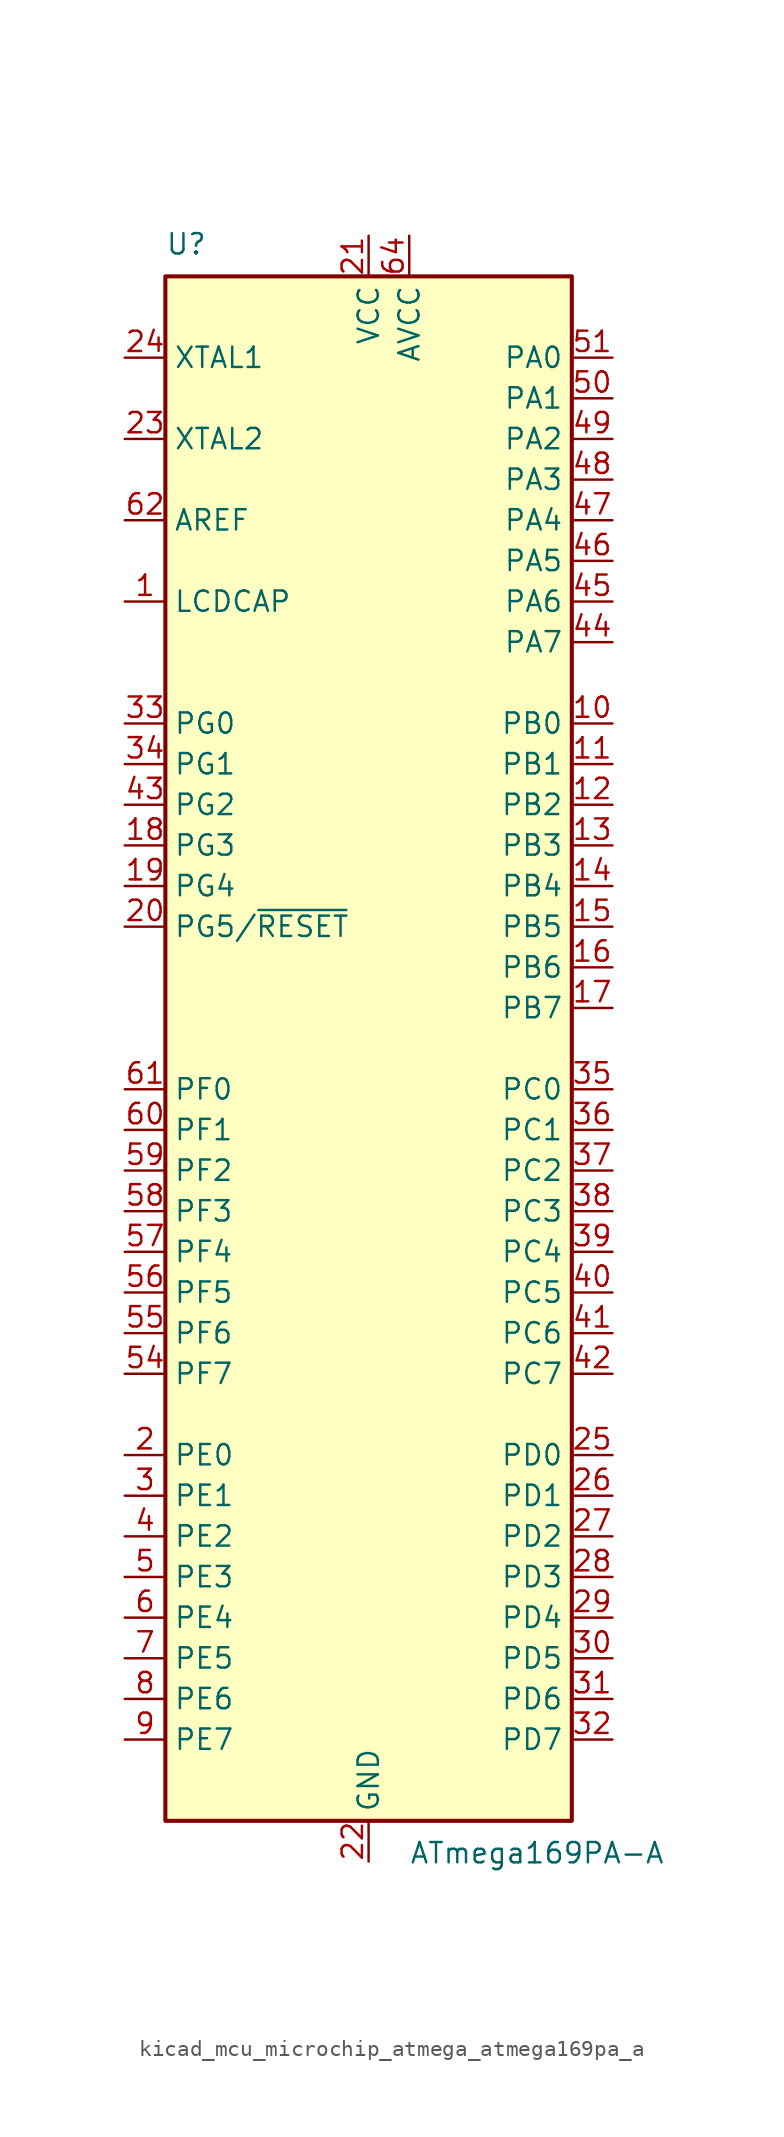
<source format=kicad_sym>
(kicad_symbol_lib
  (version 20220914)
  (generator kicad_symbol_editor)
  (symbol "kicad_mcu_microchip_atmega_atmega169pa_a"
    (property "Reference" "U"
      (at -12.7 49.53 0)
      (effects (font (size 1.27 1.27)) (justify left bottom)))
    (property "Value" "ATmega169PA-A"
      (at 2.54 -49.53 0)
      (effects (font (size 1.27 1.27)) (justify left top)))
    (symbol "kicad_mcu_microchip_atmega_atmega169pa_a_0_1"
      (rectangle (start -12.7 -48.26) (end 12.7 48.26) (stroke (width 0.254) (type default)) (fill (type background))))
    (symbol "kicad_mcu_microchip_atmega_atmega169pa_a_1_1"
      (pin passive line (at -15.24 27.94 0) (length 2.54) (name "LCDCAP" (effects (font (size 1.27 1.27)))) (number "1" (effects (font (size 1.27 1.27)))))
      (pin bidirectional line (at 15.24 20.32 180) (length 2.54) (name "PB0" (effects (font (size 1.27 1.27)))) (number "10" (effects (font (size 1.27 1.27)))))
      (pin bidirectional line (at 15.24 17.78 180) (length 2.54) (name "PB1" (effects (font (size 1.27 1.27)))) (number "11" (effects (font (size 1.27 1.27)))))
      (pin bidirectional line (at 15.24 15.24 180) (length 2.54) (name "PB2" (effects (font (size 1.27 1.27)))) (number "12" (effects (font (size 1.27 1.27)))))
      (pin bidirectional line (at 15.24 12.7 180) (length 2.54) (name "PB3" (effects (font (size 1.27 1.27)))) (number "13" (effects (font (size 1.27 1.27)))))
      (pin bidirectional line (at 15.24 10.16 180) (length 2.54) (name "PB4" (effects (font (size 1.27 1.27)))) (number "14" (effects (font (size 1.27 1.27)))))
      (pin bidirectional line (at 15.24 7.62 180) (length 2.54) (name "PB5" (effects (font (size 1.27 1.27)))) (number "15" (effects (font (size 1.27 1.27)))))
      (pin bidirectional line (at 15.24 5.08 180) (length 2.54) (name "PB6" (effects (font (size 1.27 1.27)))) (number "16" (effects (font (size 1.27 1.27)))))
      (pin bidirectional line (at 15.24 2.54 180) (length 2.54) (name "PB7" (effects (font (size 1.27 1.27)))) (number "17" (effects (font (size 1.27 1.27)))))
      (pin bidirectional line (at -15.24 12.7 0) (length 2.54) (name "PG3" (effects (font (size 1.27 1.27)))) (number "18" (effects (font (size 1.27 1.27)))))
      (pin bidirectional line (at -15.24 10.16 0) (length 2.54) (name "PG4" (effects (font (size 1.27 1.27)))) (number "19" (effects (font (size 1.27 1.27)))))
      (pin bidirectional line (at -15.24 -25.4 0) (length 2.54) (name "PE0" (effects (font (size 1.27 1.27)))) (number "2" (effects (font (size 1.27 1.27)))))
      (pin bidirectional line (at -15.24 7.62 0) (length 2.54) (name "PG5/~{RESET}" (effects (font (size 1.27 1.27)))) (number "20" (effects (font (size 1.27 1.27)))))
      (pin power_in line (at 0 50.8 270) (length 2.54) (name "VCC" (effects (font (size 1.27 1.27)))) (number "21" (effects (font (size 1.27 1.27)))))
      (pin power_in line (at 0 -50.8 90) (length 2.54) (name "GND" (effects (font (size 1.27 1.27)))) (number "22" (effects (font (size 1.27 1.27)))))
      (pin output line (at -15.24 38.1 0) (length 2.54) (name "XTAL2" (effects (font (size 1.27 1.27)))) (number "23" (effects (font (size 1.27 1.27)))))
      (pin input line (at -15.24 43.18 0) (length 2.54) (name "XTAL1" (effects (font (size 1.27 1.27)))) (number "24" (effects (font (size 1.27 1.27)))))
      (pin bidirectional line (at 15.24 -25.4 180) (length 2.54) (name "PD0" (effects (font (size 1.27 1.27)))) (number "25" (effects (font (size 1.27 1.27)))))
      (pin bidirectional line (at 15.24 -27.94 180) (length 2.54) (name "PD1" (effects (font (size 1.27 1.27)))) (number "26" (effects (font (size 1.27 1.27)))))
      (pin bidirectional line (at 15.24 -30.48 180) (length 2.54) (name "PD2" (effects (font (size 1.27 1.27)))) (number "27" (effects (font (size 1.27 1.27)))))
      (pin bidirectional line (at 15.24 -33.02 180) (length 2.54) (name "PD3" (effects (font (size 1.27 1.27)))) (number "28" (effects (font (size 1.27 1.27)))))
      (pin bidirectional line (at 15.24 -35.56 180) (length 2.54) (name "PD4" (effects (font (size 1.27 1.27)))) (number "29" (effects (font (size 1.27 1.27)))))
      (pin bidirectional line (at -15.24 -27.94 0) (length 2.54) (name "PE1" (effects (font (size 1.27 1.27)))) (number "3" (effects (font (size 1.27 1.27)))))
      (pin bidirectional line (at 15.24 -38.1 180) (length 2.54) (name "PD5" (effects (font (size 1.27 1.27)))) (number "30" (effects (font (size 1.27 1.27)))))
      (pin bidirectional line (at 15.24 -40.64 180) (length 2.54) (name "PD6" (effects (font (size 1.27 1.27)))) (number "31" (effects (font (size 1.27 1.27)))))
      (pin bidirectional line (at 15.24 -43.18 180) (length 2.54) (name "PD7" (effects (font (size 1.27 1.27)))) (number "32" (effects (font (size 1.27 1.27)))))
      (pin bidirectional line (at -15.24 20.32 0) (length 2.54) (name "PG0" (effects (font (size 1.27 1.27)))) (number "33" (effects (font (size 1.27 1.27)))))
      (pin bidirectional line (at -15.24 17.78 0) (length 2.54) (name "PG1" (effects (font (size 1.27 1.27)))) (number "34" (effects (font (size 1.27 1.27)))))
      (pin bidirectional line (at 15.24 -2.54 180) (length 2.54) (name "PC0" (effects (font (size 1.27 1.27)))) (number "35" (effects (font (size 1.27 1.27)))))
      (pin bidirectional line (at 15.24 -5.08 180) (length 2.54) (name "PC1" (effects (font (size 1.27 1.27)))) (number "36" (effects (font (size 1.27 1.27)))))
      (pin bidirectional line (at 15.24 -7.62 180) (length 2.54) (name "PC2" (effects (font (size 1.27 1.27)))) (number "37" (effects (font (size 1.27 1.27)))))
      (pin bidirectional line (at 15.24 -10.16 180) (length 2.54) (name "PC3" (effects (font (size 1.27 1.27)))) (number "38" (effects (font (size 1.27 1.27)))))
      (pin bidirectional line (at 15.24 -12.7 180) (length 2.54) (name "PC4" (effects (font (size 1.27 1.27)))) (number "39" (effects (font (size 1.27 1.27)))))
      (pin bidirectional line (at -15.24 -30.48 0) (length 2.54) (name "PE2" (effects (font (size 1.27 1.27)))) (number "4" (effects (font (size 1.27 1.27)))))
      (pin bidirectional line (at 15.24 -15.24 180) (length 2.54) (name "PC5" (effects (font (size 1.27 1.27)))) (number "40" (effects (font (size 1.27 1.27)))))
      (pin bidirectional line (at 15.24 -17.78 180) (length 2.54) (name "PC6" (effects (font (size 1.27 1.27)))) (number "41" (effects (font (size 1.27 1.27)))))
      (pin bidirectional line (at 15.24 -20.32 180) (length 2.54) (name "PC7" (effects (font (size 1.27 1.27)))) (number "42" (effects (font (size 1.27 1.27)))))
      (pin bidirectional line (at -15.24 15.24 0) (length 2.54) (name "PG2" (effects (font (size 1.27 1.27)))) (number "43" (effects (font (size 1.27 1.27)))))
      (pin bidirectional line (at 15.24 25.4 180) (length 2.54) (name "PA7" (effects (font (size 1.27 1.27)))) (number "44" (effects (font (size 1.27 1.27)))))
      (pin bidirectional line (at 15.24 27.94 180) (length 2.54) (name "PA6" (effects (font (size 1.27 1.27)))) (number "45" (effects (font (size 1.27 1.27)))))
      (pin bidirectional line (at 15.24 30.48 180) (length 2.54) (name "PA5" (effects (font (size 1.27 1.27)))) (number "46" (effects (font (size 1.27 1.27)))))
      (pin bidirectional line (at 15.24 33.02 180) (length 2.54) (name "PA4" (effects (font (size 1.27 1.27)))) (number "47" (effects (font (size 1.27 1.27)))))
      (pin bidirectional line (at 15.24 35.56 180) (length 2.54) (name "PA3" (effects (font (size 1.27 1.27)))) (number "48" (effects (font (size 1.27 1.27)))))
      (pin bidirectional line (at 15.24 38.1 180) (length 2.54) (name "PA2" (effects (font (size 1.27 1.27)))) (number "49" (effects (font (size 1.27 1.27)))))
      (pin bidirectional line (at -15.24 -33.02 0) (length 2.54) (name "PE3" (effects (font (size 1.27 1.27)))) (number "5" (effects (font (size 1.27 1.27)))))
      (pin bidirectional line (at 15.24 40.64 180) (length 2.54) (name "PA1" (effects (font (size 1.27 1.27)))) (number "50" (effects (font (size 1.27 1.27)))))
      (pin bidirectional line (at 15.24 43.18 180) (length 2.54) (name "PA0" (effects (font (size 1.27 1.27)))) (number "51" (effects (font (size 1.27 1.27)))))
      (pin passive line (at 0 50.8 270) (length 2.54) hide (name "VCC" (effects (font (size 1.27 1.27)))) (number "52" (effects (font (size 1.27 1.27)))))
      (pin passive line (at 0 -50.8 90) (length 2.54) hide (name "GND" (effects (font (size 1.27 1.27)))) (number "53" (effects (font (size 1.27 1.27)))))
      (pin bidirectional line (at -15.24 -20.32 0) (length 2.54) (name "PF7" (effects (font (size 1.27 1.27)))) (number "54" (effects (font (size 1.27 1.27)))))
      (pin bidirectional line (at -15.24 -17.78 0) (length 2.54) (name "PF6" (effects (font (size 1.27 1.27)))) (number "55" (effects (font (size 1.27 1.27)))))
      (pin bidirectional line (at -15.24 -15.24 0) (length 2.54) (name "PF5" (effects (font (size 1.27 1.27)))) (number "56" (effects (font (size 1.27 1.27)))))
      (pin bidirectional line (at -15.24 -12.7 0) (length 2.54) (name "PF4" (effects (font (size 1.27 1.27)))) (number "57" (effects (font (size 1.27 1.27)))))
      (pin bidirectional line (at -15.24 -10.16 0) (length 2.54) (name "PF3" (effects (font (size 1.27 1.27)))) (number "58" (effects (font (size 1.27 1.27)))))
      (pin bidirectional line (at -15.24 -7.62 0) (length 2.54) (name "PF2" (effects (font (size 1.27 1.27)))) (number "59" (effects (font (size 1.27 1.27)))))
      (pin bidirectional line (at -15.24 -35.56 0) (length 2.54) (name "PE4" (effects (font (size 1.27 1.27)))) (number "6" (effects (font (size 1.27 1.27)))))
      (pin bidirectional line (at -15.24 -5.08 0) (length 2.54) (name "PF1" (effects (font (size 1.27 1.27)))) (number "60" (effects (font (size 1.27 1.27)))))
      (pin bidirectional line (at -15.24 -2.54 0) (length 2.54) (name "PF0" (effects (font (size 1.27 1.27)))) (number "61" (effects (font (size 1.27 1.27)))))
      (pin passive line (at -15.24 33.02 0) (length 2.54) (name "AREF" (effects (font (size 1.27 1.27)))) (number "62" (effects (font (size 1.27 1.27)))))
      (pin passive line (at 0 -50.8 90) (length 2.54) hide (name "GND" (effects (font (size 1.27 1.27)))) (number "63" (effects (font (size 1.27 1.27)))))
      (pin power_in line (at 2.54 50.8 270) (length 2.54) (name "AVCC" (effects (font (size 1.27 1.27)))) (number "64" (effects (font (size 1.27 1.27)))))
      (pin bidirectional line (at -15.24 -38.1 0) (length 2.54) (name "PE5" (effects (font (size 1.27 1.27)))) (number "7" (effects (font (size 1.27 1.27)))))
      (pin bidirectional line (at -15.24 -40.64 0) (length 2.54) (name "PE6" (effects (font (size 1.27 1.27)))) (number "8" (effects (font (size 1.27 1.27)))))
      (pin bidirectional line (at -15.24 -43.18 0) (length 2.54) (name "PE7" (effects (font (size 1.27 1.27)))) (number "9" (effects (font (size 1.27 1.27))))))))
</source>
